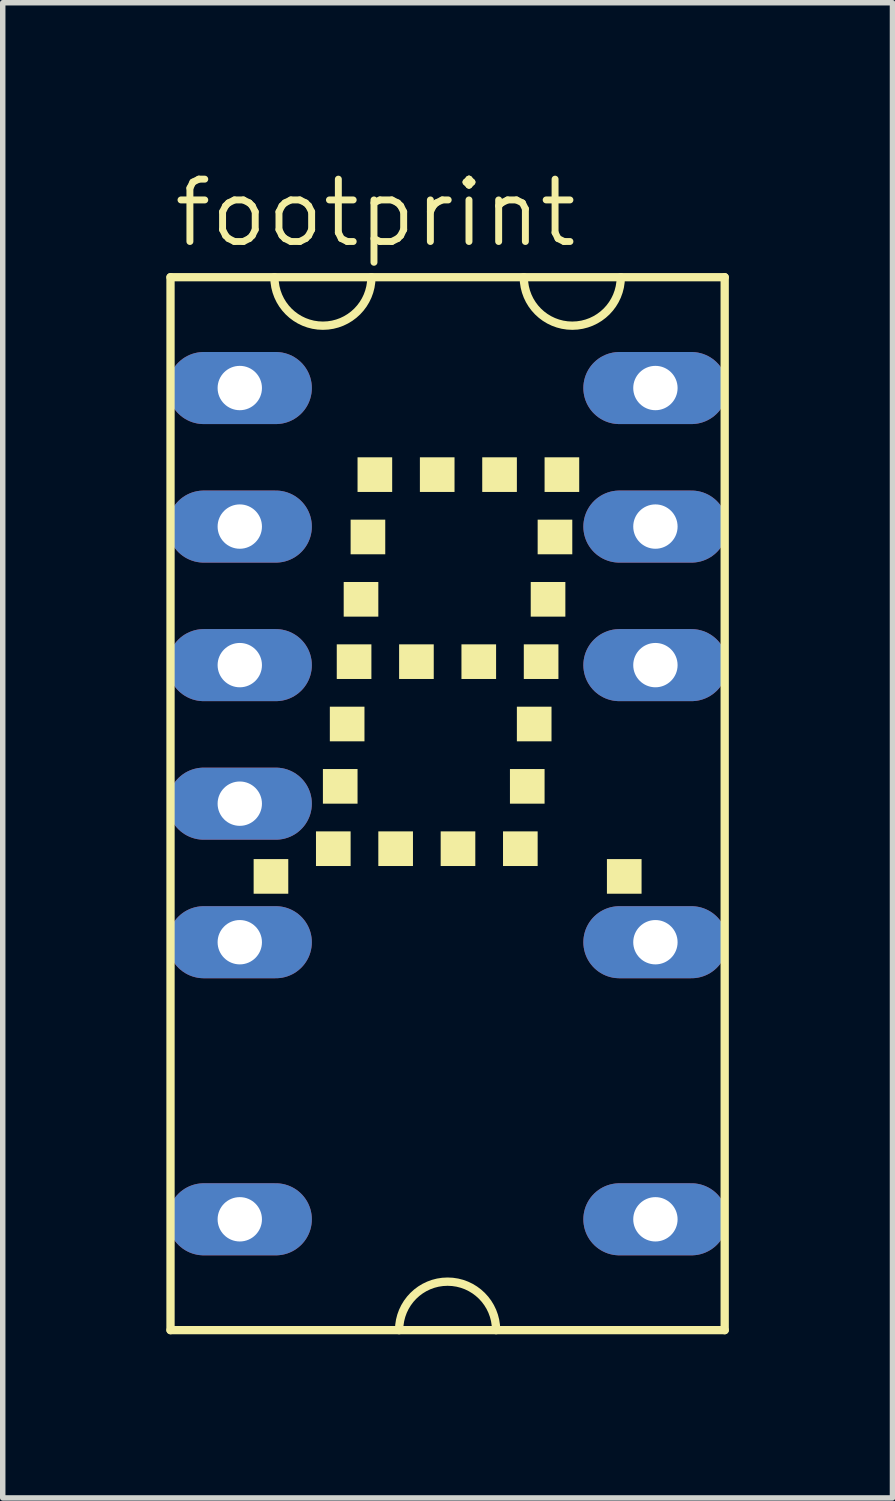
<source format=kicad_pcb>
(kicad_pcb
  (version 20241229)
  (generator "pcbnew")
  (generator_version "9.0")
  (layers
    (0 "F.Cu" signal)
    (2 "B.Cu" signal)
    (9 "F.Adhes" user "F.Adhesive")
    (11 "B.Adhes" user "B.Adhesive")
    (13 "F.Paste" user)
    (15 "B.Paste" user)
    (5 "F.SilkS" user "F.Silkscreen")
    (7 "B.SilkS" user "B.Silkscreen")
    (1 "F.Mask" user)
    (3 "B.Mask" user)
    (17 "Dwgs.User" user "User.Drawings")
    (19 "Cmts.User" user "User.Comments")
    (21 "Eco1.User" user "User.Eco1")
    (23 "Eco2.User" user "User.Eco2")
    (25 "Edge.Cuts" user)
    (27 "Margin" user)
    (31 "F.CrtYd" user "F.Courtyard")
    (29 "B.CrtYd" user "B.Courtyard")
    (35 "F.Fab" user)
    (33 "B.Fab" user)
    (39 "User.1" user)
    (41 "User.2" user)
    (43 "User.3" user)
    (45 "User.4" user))
  (footprint "footprint"
    (layer "F.Cu")
    (at 5.156 11.684)
    (property "Reference" "footprint" (at -5.08 -10.16 0) (layer "F.SilkS") (effects (font (size 1.143 1.143) (thickness 0.127)) (justify left bottom)))
    (fp_line (start -5.08 9.652) (end -5.08 -9.652) (stroke (width 0.152) (type solid)) (layer "F.SilkS"))
    (fp_line (start -5.08 9.652) (end 5.08 9.652) (stroke (width 0.152) (type solid)) (layer "F.SilkS"))
    (fp_line (start 5.08 -9.652) (end -5.08 -9.652) (stroke (width 0.152) (type solid)) (layer "F.SilkS"))
    (fp_line (start 5.08 -9.652) (end 5.08 9.652) (stroke (width 0.152) (type solid)) (layer "F.SilkS"))
    (fp_arc (start -1.397 -9.652) (mid -2.286 -8.763) (end -3.175 -9.652) (stroke (width 0.1524) (type solid)) (layer "F.SilkS"))
    (fp_arc (start -0.889 9.652) (mid 0 8.763) (end 0.889 9.652) (stroke (width 0.1524) (type solid)) (layer "F.SilkS"))
    (fp_arc (start 3.175 -9.652) (mid 2.286 -8.763) (end 1.397 -9.652) (stroke (width 0.1524) (type solid)) (layer "F.SilkS"))
    (fp_poly (pts (xy -3.556 1.651) (xy -2.921 1.651) (xy -2.921 1.016) (xy -3.556 1.016)) (stroke (width 0) (type solid)) (fill yes) (layer "F.SilkS"))
    (fp_poly (pts (xy -2.413 1.143) (xy -1.778 1.143) (xy -1.778 0.508) (xy -2.413 0.508)) (stroke (width 0) (type solid)) (fill yes) (layer "F.SilkS"))
    (fp_poly (pts (xy -2.286 0) (xy -1.651 0) (xy -1.651 -0.635) (xy -2.286 -0.635)) (stroke (width 0) (type solid)) (fill yes) (layer "F.SilkS"))
    (fp_poly (pts (xy -2.159 -1.143) (xy -1.524 -1.143) (xy -1.524 -1.778) (xy -2.159 -1.778)) (stroke (width 0) (type solid)) (fill yes) (layer "F.SilkS"))
    (fp_poly (pts (xy -2.032 -2.286) (xy -1.397 -2.286) (xy -1.397 -2.921) (xy -2.032 -2.921)) (stroke (width 0) (type solid)) (fill yes) (layer "F.SilkS"))
    (fp_poly (pts (xy -1.905 -3.429) (xy -1.27 -3.429) (xy -1.27 -4.064) (xy -1.905 -4.064)) (stroke (width 0) (type solid)) (fill yes) (layer "F.SilkS"))
    (fp_poly (pts (xy -1.778 -4.572) (xy -1.143 -4.572) (xy -1.143 -5.207) (xy -1.778 -5.207)) (stroke (width 0) (type solid)) (fill yes) (layer "F.SilkS"))
    (fp_poly (pts (xy -1.651 -5.715) (xy -1.016 -5.715) (xy -1.016 -6.35) (xy -1.651 -6.35)) (stroke (width 0) (type solid)) (fill yes) (layer "F.SilkS"))
    (fp_poly (pts (xy -1.27 1.143) (xy -0.635 1.143) (xy -0.635 0.508) (xy -1.27 0.508)) (stroke (width 0) (type solid)) (fill yes) (layer "F.SilkS"))
    (fp_poly (pts (xy -0.889 -2.286) (xy -0.254 -2.286) (xy -0.254 -2.921) (xy -0.889 -2.921)) (stroke (width 0) (type solid)) (fill yes) (layer "F.SilkS"))
    (fp_poly (pts (xy -0.508 -5.715) (xy 0.127 -5.715) (xy 0.127 -6.35) (xy -0.508 -6.35)) (stroke (width 0) (type solid)) (fill yes) (layer "F.SilkS"))
    (fp_poly (pts (xy -0.127 1.143) (xy 0.508 1.143) (xy 0.508 0.508) (xy -0.127 0.508)) (stroke (width 0) (type solid)) (fill yes) (layer "F.SilkS"))
    (fp_poly (pts (xy 0.254 -2.286) (xy 0.889 -2.286) (xy 0.889 -2.921) (xy 0.254 -2.921)) (stroke (width 0) (type solid)) (fill yes) (layer "F.SilkS"))
    (fp_poly (pts (xy 0.635 -5.715) (xy 1.27 -5.715) (xy 1.27 -6.35) (xy 0.635 -6.35)) (stroke (width 0) (type solid)) (fill yes) (layer "F.SilkS"))
    (fp_poly (pts (xy 1.016 1.143) (xy 1.651 1.143) (xy 1.651 0.508) (xy 1.016 0.508)) (stroke (width 0) (type solid)) (fill yes) (layer "F.SilkS"))
    (fp_poly (pts (xy 1.143 0) (xy 1.778 0) (xy 1.778 -0.635) (xy 1.143 -0.635)) (stroke (width 0) (type solid)) (fill yes) (layer "F.SilkS"))
    (fp_poly (pts (xy 1.27 -1.143) (xy 1.905 -1.143) (xy 1.905 -1.778) (xy 1.27 -1.778)) (stroke (width 0) (type solid)) (fill yes) (layer "F.SilkS"))
    (fp_poly (pts (xy 1.397 -2.286) (xy 2.032 -2.286) (xy 2.032 -2.921) (xy 1.397 -2.921)) (stroke (width 0) (type solid)) (fill yes) (layer "F.SilkS"))
    (fp_poly (pts (xy 1.524 -3.429) (xy 2.159 -3.429) (xy 2.159 -4.064) (xy 1.524 -4.064)) (stroke (width 0) (type solid)) (fill yes) (layer "F.SilkS"))
    (fp_poly (pts (xy 1.651 -4.572) (xy 2.286 -4.572) (xy 2.286 -5.207) (xy 1.651 -5.207)) (stroke (width 0) (type solid)) (fill yes) (layer "F.SilkS"))
    (fp_poly (pts (xy 1.778 -5.715) (xy 2.413 -5.715) (xy 2.413 -6.35) (xy 1.778 -6.35)) (stroke (width 0) (type solid)) (fill yes) (layer "F.SilkS"))
    (fp_poly (pts (xy 2.921 1.651) (xy 3.556 1.651) (xy 3.556 1.016) (xy 2.921 1.016)) (stroke (width 0) (type solid)) (fill yes) (layer "F.SilkS"))
    (pad "1" thru_hole oval (at -3.81 -7.62) (size 2.642 1.321) (drill 0.813) (layers "*.Cu" "*.Mask"))
    (pad "2" thru_hole oval (at -3.81 -5.08) (size 2.642 1.321) (drill 0.813) (layers "*.Cu" "*.Mask"))
    (pad "3" thru_hole oval (at -3.81 -2.54) (size 2.642 1.321) (drill 0.813) (layers "*.Cu" "*.Mask"))
    (pad "4" thru_hole oval (at -3.81 0) (size 2.642 1.321) (drill 0.813) (layers "*.Cu" "*.Mask"))
    (pad "5" thru_hole oval (at -3.81 2.54) (size 2.642 1.321) (drill 0.813) (layers "*.Cu" "*.Mask"))
    (pad "7" thru_hole oval (at -3.81 7.62) (size 2.642 1.321) (drill 0.813) (layers "*.Cu" "*.Mask"))
    (pad "8" thru_hole oval (at 3.81 7.62) (size 2.642 1.321) (drill 0.813) (layers "*.Cu" "*.Mask"))
    (pad "10" thru_hole oval (at 3.81 2.54) (size 2.642 1.321) (drill 0.813) (layers "*.Cu" "*.Mask"))
    (pad "12" thru_hole oval (at 3.81 -2.54) (size 2.642 1.321) (drill 0.813) (layers "*.Cu" "*.Mask"))
    (pad "13" thru_hole oval (at 3.81 -5.08) (size 2.642 1.321) (drill 0.813) (layers "*.Cu" "*.Mask"))
    (pad "14" thru_hole oval (at 3.81 -7.62) (size 2.642 1.321) (drill 0.813) (layers "*.Cu" "*.Mask")))
  (gr_rect
    (start -3 -3)
    (end 13.312 24.412)
    (stroke (width 0.1) (type default))
    (fill no)
    (layer "Edge.Cuts")))
</source>
